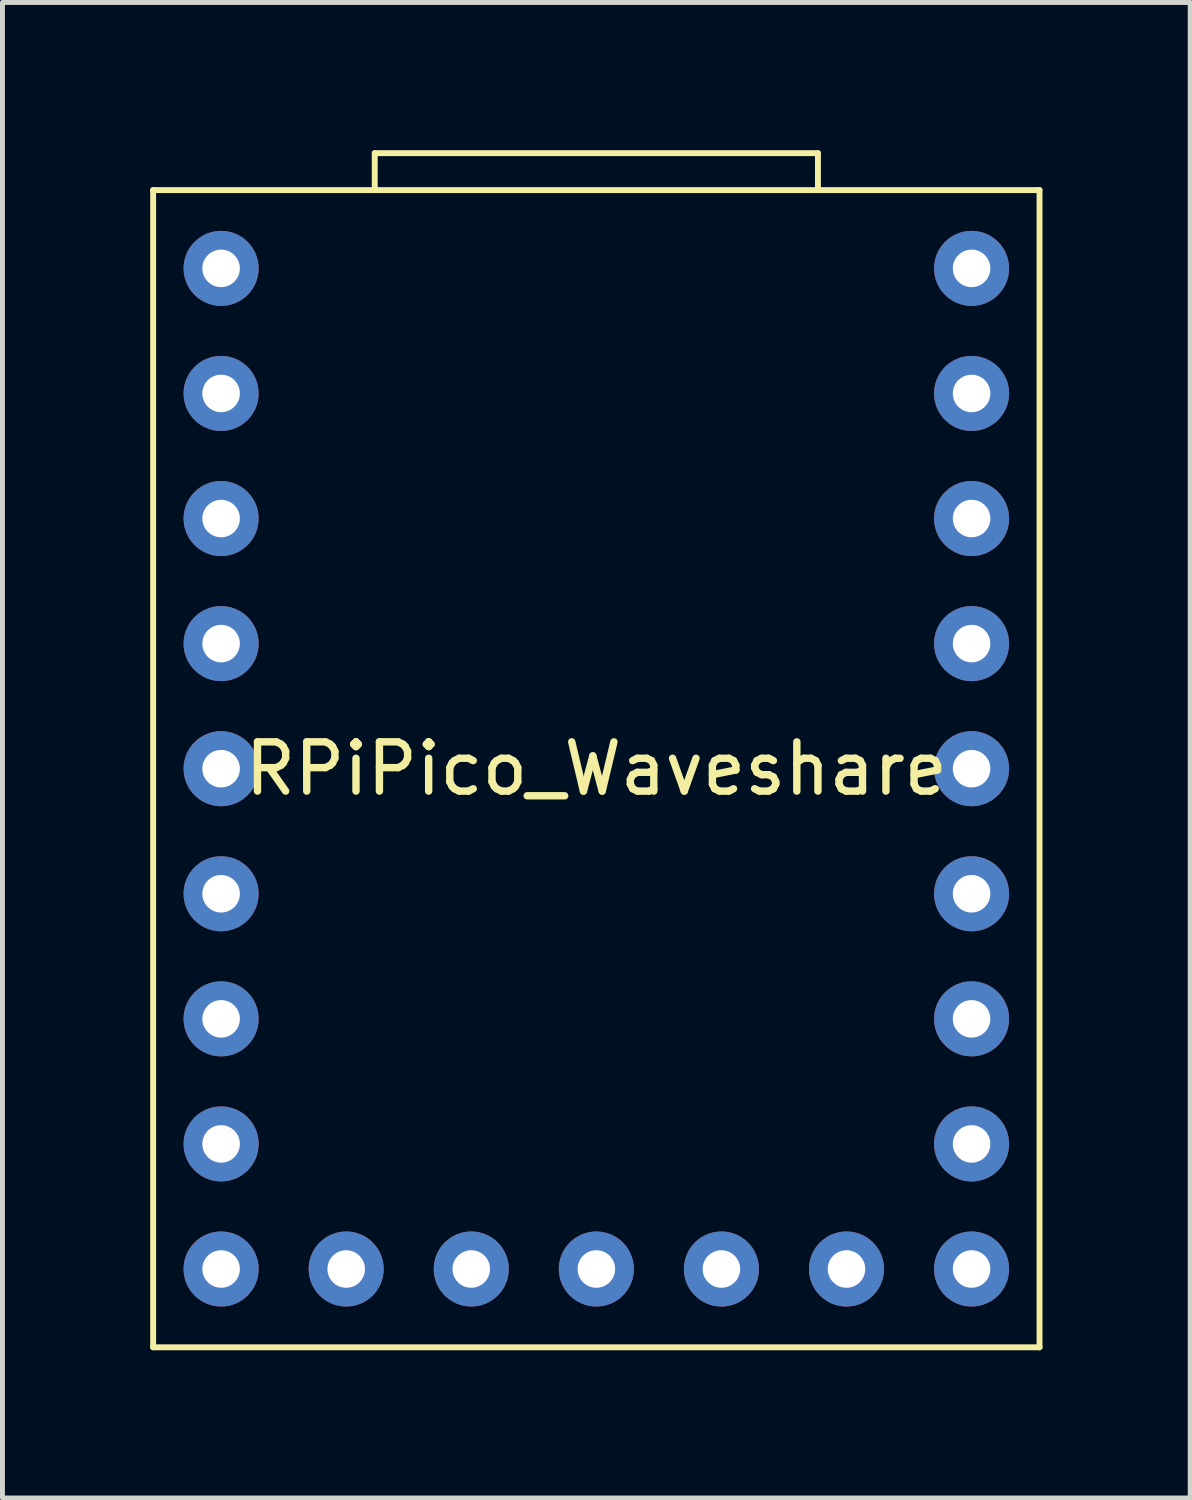
<source format=kicad_pcb>
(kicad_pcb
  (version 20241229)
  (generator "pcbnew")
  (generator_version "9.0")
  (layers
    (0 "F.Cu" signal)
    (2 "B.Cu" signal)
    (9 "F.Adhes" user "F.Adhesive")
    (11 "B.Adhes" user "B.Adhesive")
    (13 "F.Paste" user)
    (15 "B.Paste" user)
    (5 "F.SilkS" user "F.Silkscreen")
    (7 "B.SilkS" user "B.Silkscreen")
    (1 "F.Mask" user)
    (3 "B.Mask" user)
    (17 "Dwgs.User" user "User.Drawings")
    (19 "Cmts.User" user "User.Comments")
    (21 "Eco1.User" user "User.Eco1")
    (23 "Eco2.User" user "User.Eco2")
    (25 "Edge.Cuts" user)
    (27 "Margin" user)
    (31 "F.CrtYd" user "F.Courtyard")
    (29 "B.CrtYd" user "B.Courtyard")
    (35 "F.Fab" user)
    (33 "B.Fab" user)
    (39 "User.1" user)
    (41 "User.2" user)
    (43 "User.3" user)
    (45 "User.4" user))
  (footprint "RPiPico_Waveshare"
    (layer "F.Cu")
    (at 9.06 12.56)
    (property "Reference" "RPiPico_Waveshare" (at 0 0 0) (layer "F.SilkS") (effects (font (size 1 1) (thickness 0.15))))
    (attr through_hole)
    (fp_line (start -9 -11.75) (end 9 -11.75) (stroke (width 0.12) (type solid)) (layer "F.SilkS"))
    (fp_line (start -9 11.75) (end -9 -11.75) (stroke (width 0.12) (type solid)) (layer "F.SilkS"))
    (fp_line (start -9 11.75) (end 9 11.75) (stroke (width 0.12) (type solid)) (layer "F.SilkS"))
    (fp_line (start -4.5 -12.5) (end 4.5 -12.5) (stroke (width 0.12) (type solid)) (layer "F.SilkS"))
    (fp_line (start -4.5 -11.75) (end -4.5 -12.5) (stroke (width 0.12) (type solid)) (layer "F.SilkS"))
    (fp_line (start 4.5 -12.5) (end 4.5 -11.75) (stroke (width 0.12) (type solid)) (layer "F.SilkS"))
    (fp_line (start 9 11.75) (end 9 -11.75) (stroke (width 0.12) (type solid)) (layer "F.SilkS"))
    (pad "0" thru_hole circle (at 7.62 -10.16) (size 1.524 1.524) (drill 0.762) (layers "*.Cu" "*.Mask"))
    (pad "1" thru_hole circle (at 7.62 -7.62) (size 1.524 1.524) (drill 0.762) (layers "*.Cu" "*.Mask"))
    (pad "2" thru_hole circle (at 7.62 -5.08) (size 1.524 1.524) (drill 0.762) (layers "*.Cu" "*.Mask"))
    (pad "3" thru_hole circle (at 7.62 -2.54) (size 1.524 1.524) (drill 0.762) (layers "*.Cu" "*.Mask"))
    (pad "4" thru_hole circle (at 7.62 0) (size 1.524 1.524) (drill 0.762) (layers "*.Cu" "*.Mask"))
    (pad "5" thru_hole circle (at 7.62 2.54) (size 1.524 1.524) (drill 0.762) (layers "*.Cu" "*.Mask"))
    (pad "6" thru_hole circle (at 7.62 5.08) (size 1.524 1.524) (drill 0.762) (layers "*.Cu" "*.Mask"))
    (pad "7" thru_hole circle (at 7.62 7.62) (size 1.524 1.524) (drill 0.762) (layers "*.Cu" "*.Mask"))
    (pad "8" thru_hole circle (at 7.62 10.16) (size 1.524 1.524) (drill 0.762) (layers "*.Cu" "*.Mask"))
    (pad "9" thru_hole circle (at 5.08 10.16) (size 1.524 1.524) (drill 0.762) (layers "*.Cu" "*.Mask"))
    (pad "10" thru_hole circle (at 2.54 10.16) (size 1.524 1.524) (drill 0.762) (layers "*.Cu" "*.Mask"))
    (pad "11" thru_hole circle (at 0 10.16) (size 1.524 1.524) (drill 0.762) (layers "*.Cu" "*.Mask"))
    (pad "12" thru_hole circle (at -2.54 10.16) (size 1.524 1.524) (drill 0.762) (layers "*.Cu" "*.Mask"))
    (pad "13" thru_hole circle (at -5.08 10.16) (size 1.524 1.524) (drill 0.762) (layers "*.Cu" "*.Mask"))
    (pad "14" thru_hole circle (at -7.62 10.16) (size 1.524 1.524) (drill 0.762) (layers "*.Cu" "*.Mask"))
    (pad "15" thru_hole circle (at -7.62 7.62) (size 1.524 1.524) (drill 0.762) (layers "*.Cu" "*.Mask"))
    (pad "26" thru_hole circle (at -7.62 5.08) (size 1.524 1.524) (drill 0.762) (layers "*.Cu" "*.Mask"))
    (pad "27" thru_hole circle (at -7.62 2.54) (size 1.524 1.524) (drill 0.762) (layers "*.Cu" "*.Mask"))
    (pad "28" thru_hole circle (at -7.62 0) (size 1.524 1.524) (drill 0.762) (layers "*.Cu" "*.Mask"))
    (pad "29" thru_hole circle (at -7.62 -2.54) (size 1.524 1.524) (drill 0.762) (layers "*.Cu" "*.Mask"))
    (pad "30" thru_hole circle (at -7.62 -5.08) (size 1.524 1.524) (drill 0.762) (layers "*.Cu" "*.Mask"))
    (pad "31" thru_hole circle (at -7.62 -7.62) (size 1.524 1.524) (drill 0.762) (layers "*.Cu" "*.Mask"))
    (pad "32" thru_hole circle (at -7.62 -10.16) (size 1.524 1.524) (drill 0.762) (layers "*.Cu" "*.Mask")))
  (gr_rect
    (start -3 -3)
    (end 21.12 27.37)
    (stroke (width 0.1) (type default))
    (fill no)
    (layer "Edge.Cuts")))
</source>
